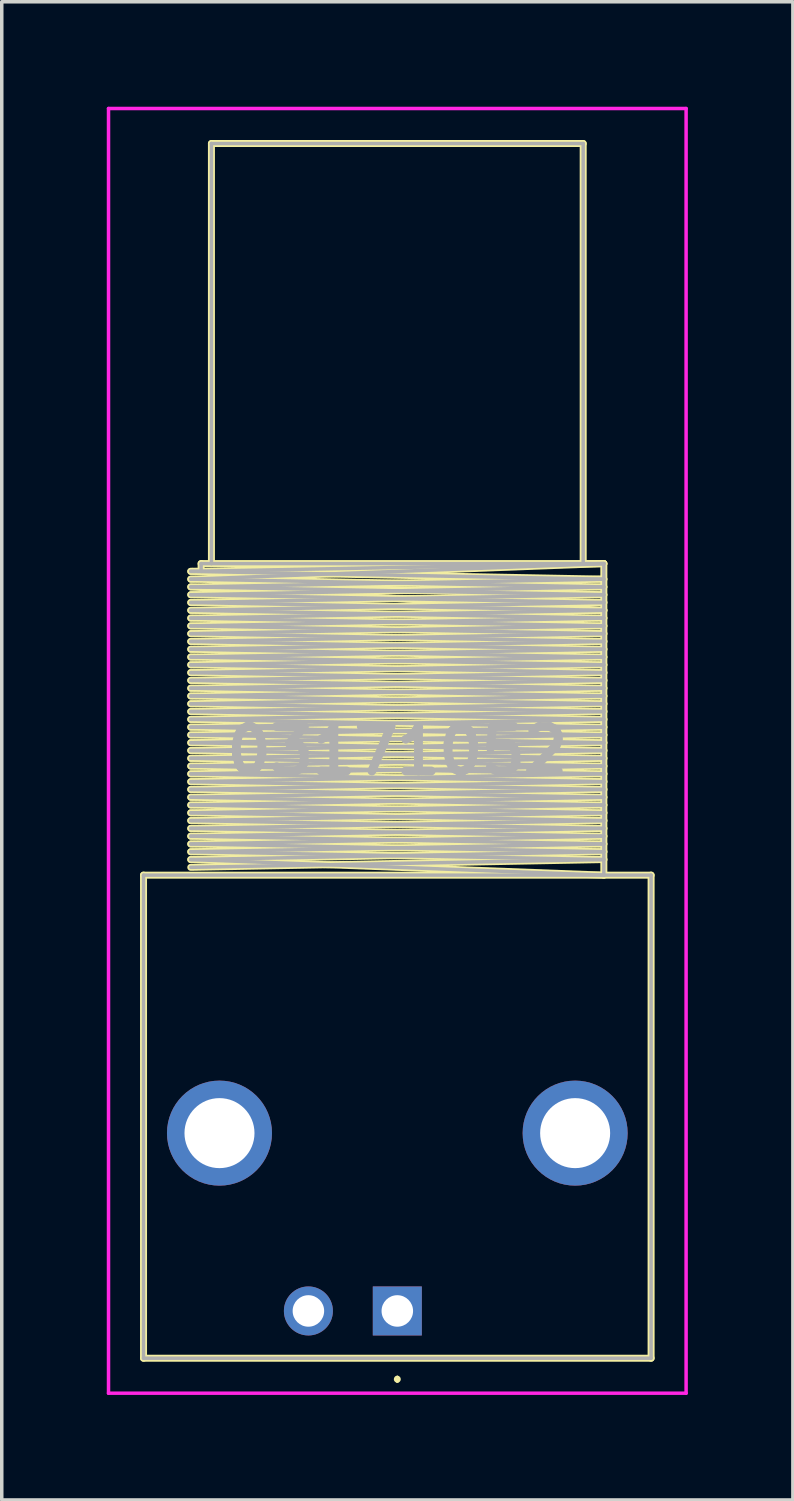
<source format=kicad_pcb>
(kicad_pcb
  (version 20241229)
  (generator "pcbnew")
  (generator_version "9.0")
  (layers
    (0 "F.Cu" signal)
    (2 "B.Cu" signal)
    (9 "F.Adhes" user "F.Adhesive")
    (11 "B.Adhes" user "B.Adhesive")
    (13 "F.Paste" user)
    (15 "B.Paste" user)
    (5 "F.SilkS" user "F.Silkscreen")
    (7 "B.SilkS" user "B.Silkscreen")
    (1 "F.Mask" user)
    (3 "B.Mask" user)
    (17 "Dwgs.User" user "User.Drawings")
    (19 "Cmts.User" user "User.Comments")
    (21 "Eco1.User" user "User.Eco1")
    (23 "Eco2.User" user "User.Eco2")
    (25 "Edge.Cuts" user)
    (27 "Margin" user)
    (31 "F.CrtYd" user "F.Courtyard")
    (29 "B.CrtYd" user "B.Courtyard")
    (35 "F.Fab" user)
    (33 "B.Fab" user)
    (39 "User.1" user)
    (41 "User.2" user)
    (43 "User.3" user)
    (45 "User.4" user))
  (footprint "03171052"
    (layer "F.Cu")
    (at 8.3 34.4)
    (property "Reference" "03171052" (at 0 -16 0) (layer "F.SilkS") (effects (font (size 1.27 1.27) (thickness 0.254))))
    (attr through_hole)
    (fp_line (start -7.25 -12.45) (end 7.25 -12.45) (stroke (width 0.2) (type solid)) (layer "F.SilkS"))
    (fp_line (start -7.25 1.35) (end -7.25 -12.45) (stroke (width 0.2) (type solid)) (layer "F.SilkS"))
    (fp_line (start -5.9 -21.128) (end 5.9 -20.905) (stroke (width 0.2) (type solid)) (layer "F.SilkS"))
    (fp_line (start -5.9 -20.905) (end 5.9 -21.35) (stroke (width 0.2) (type solid)) (layer "F.SilkS"))
    (fp_line (start -5.9 -20.683) (end 5.9 -20.015) (stroke (width 0.2) (type solid)) (layer "F.SilkS"))
    (fp_line (start -5.9 -20.46) (end 5.9 -20.683) (stroke (width 0.2) (type solid)) (layer "F.SilkS"))
    (fp_line (start -5.9 -20.238) (end 5.9 -20.46) (stroke (width 0.2) (type solid)) (layer "F.SilkS"))
    (fp_line (start -5.9 -20.015) (end 5.9 -20.238) (stroke (width 0.2) (type solid)) (layer "F.SilkS"))
    (fp_line (start -5.9 -19.793) (end 5.9 -20.015) (stroke (width 0.2) (type solid)) (layer "F.SilkS"))
    (fp_line (start -5.9 -19.57) (end 5.9 -19.793) (stroke (width 0.2) (type solid)) (layer "F.SilkS"))
    (fp_line (start -5.9 -19.348) (end 5.9 -19.57) (stroke (width 0.2) (type solid)) (layer "F.SilkS"))
    (fp_line (start -5.9 -19.125) (end 5.9 -19.348) (stroke (width 0.2) (type solid)) (layer "F.SilkS"))
    (fp_line (start -5.9 -18.903) (end 5.9 -19.125) (stroke (width 0.2) (type solid)) (layer "F.SilkS"))
    (fp_line (start -5.9 -18.68) (end 5.9 -18.903) (stroke (width 0.2) (type solid)) (layer "F.SilkS"))
    (fp_line (start -5.9 -18.458) (end 5.9 -18.68) (stroke (width 0.2) (type solid)) (layer "F.SilkS"))
    (fp_line (start -5.9 -18.235) (end 5.9 -18.458) (stroke (width 0.2) (type solid)) (layer "F.SilkS"))
    (fp_line (start -5.9 -18.013) (end 5.9 -18.235) (stroke (width 0.2) (type solid)) (layer "F.SilkS"))
    (fp_line (start -5.9 -17.79) (end 5.9 -18.013) (stroke (width 0.2) (type solid)) (layer "F.SilkS"))
    (fp_line (start -5.9 -17.568) (end 5.9 -17.79) (stroke (width 0.2) (type solid)) (layer "F.SilkS"))
    (fp_line (start -5.9 -17.345) (end 5.9 -17.568) (stroke (width 0.2) (type solid)) (layer "F.SilkS"))
    (fp_line (start -5.9 -17.123) (end 5.9 -17.345) (stroke (width 0.2) (type solid)) (layer "F.SilkS"))
    (fp_line (start -5.9 -16.9) (end 5.9 -17.123) (stroke (width 0.2) (type solid)) (layer "F.SilkS"))
    (fp_line (start -5.9 -16.678) (end 5.9 -16.9) (stroke (width 0.2) (type solid)) (layer "F.SilkS"))
    (fp_line (start -5.9 -16.455) (end 5.9 -16.678) (stroke (width 0.2) (type solid)) (layer "F.SilkS"))
    (fp_line (start -5.9 -16.233) (end 5.9 -16.455) (stroke (width 0.2) (type solid)) (layer "F.SilkS"))
    (fp_line (start -5.9 -16.01) (end 5.9 -16.233) (stroke (width 0.2) (type solid)) (layer "F.SilkS"))
    (fp_line (start -5.9 -15.788) (end 5.9 -16.01) (stroke (width 0.2) (type solid)) (layer "F.SilkS"))
    (fp_line (start -5.9 -15.565) (end 5.9 -15.788) (stroke (width 0.2) (type solid)) (layer "F.SilkS"))
    (fp_line (start -5.9 -15.343) (end 5.9 -15.565) (stroke (width 0.2) (type solid)) (layer "F.SilkS"))
    (fp_line (start -5.9 -15.12) (end 5.9 -15.343) (stroke (width 0.2) (type solid)) (layer "F.SilkS"))
    (fp_line (start -5.9 -14.898) (end 5.9 -15.12) (stroke (width 0.2) (type solid)) (layer "F.SilkS"))
    (fp_line (start -5.9 -14.675) (end 5.9 -14.898) (stroke (width 0.2) (type solid)) (layer "F.SilkS"))
    (fp_line (start -5.9 -14.453) (end 5.9 -14.675) (stroke (width 0.2) (type solid)) (layer "F.SilkS"))
    (fp_line (start -5.9 -14.23) (end 5.9 -14.453) (stroke (width 0.2) (type solid)) (layer "F.SilkS"))
    (fp_line (start -5.9 -14.008) (end 5.9 -14.23) (stroke (width 0.2) (type solid)) (layer "F.SilkS"))
    (fp_line (start -5.9 -13.785) (end 5.9 -14.008) (stroke (width 0.2) (type solid)) (layer "F.SilkS"))
    (fp_line (start -5.9 -13.563) (end 5.9 -13.785) (stroke (width 0.2) (type solid)) (layer "F.SilkS"))
    (fp_line (start -5.9 -13.34) (end 5.9 -13.563) (stroke (width 0.2) (type solid)) (layer "F.SilkS"))
    (fp_line (start -5.9 -13.118) (end 5.9 -13.34) (stroke (width 0.2) (type solid)) (layer "F.SilkS"))
    (fp_line (start -5.9 -12.895) (end 5.9 -13.118) (stroke (width 0.2) (type solid)) (layer "F.SilkS"))
    (fp_line (start -5.9 -12.673) (end 5.9 -12.895) (stroke (width 0.2) (type solid)) (layer "F.SilkS"))
    (fp_line (start -5.605 -21.35) (end -5.605 -21.128) (stroke (width 0.2) (type solid)) (layer "F.SilkS"))
    (fp_line (start -5.31 -33.35) (end 5.31 -33.35) (stroke (width 0.2) (type solid)) (layer "F.SilkS"))
    (fp_line (start -5.31 -21.35) (end -5.31 -33.35) (stroke (width 0.2) (type solid)) (layer "F.SilkS"))
    (fp_line (start 0 1.9) (end 0 1.9) (stroke (width 0.1) (type solid)) (layer "F.SilkS"))
    (fp_line (start 0 2) (end 0 2) (stroke (width 0.1) (type solid)) (layer "F.SilkS"))
    (fp_line (start 5.31 -33.35) (end 5.31 -21.35) (stroke (width 0.2) (type solid)) (layer "F.SilkS"))
    (fp_line (start 5.9 -21.35) (end -5.9 -21.128) (stroke (width 0.2) (type solid)) (layer "F.SilkS"))
    (fp_line (start 5.9 -21.35) (end -5.605 -21.35) (stroke (width 0.2) (type solid)) (layer "F.SilkS"))
    (fp_line (start 5.9 -20.905) (end -5.9 -20.683) (stroke (width 0.2) (type solid)) (layer "F.SilkS"))
    (fp_line (start 5.9 -20.683) (end -5.9 -20.905) (stroke (width 0.2) (type solid)) (layer "F.SilkS"))
    (fp_line (start 5.9 -20.46) (end -3.245 -20.683) (stroke (width 0.2) (type solid)) (layer "F.SilkS"))
    (fp_line (start 5.9 -20.238) (end -5.9 -20.46) (stroke (width 0.2) (type solid)) (layer "F.SilkS"))
    (fp_line (start 5.9 -20.015) (end -5.9 -20.238) (stroke (width 0.2) (type solid)) (layer "F.SilkS"))
    (fp_line (start 5.9 -19.793) (end -5.9 -20.015) (stroke (width 0.2) (type solid)) (layer "F.SilkS"))
    (fp_line (start 5.9 -19.57) (end -5.9 -19.793) (stroke (width 0.2) (type solid)) (layer "F.SilkS"))
    (fp_line (start 5.9 -19.348) (end -5.9 -19.57) (stroke (width 0.2) (type solid)) (layer "F.SilkS"))
    (fp_line (start 5.9 -19.125) (end -5.9 -19.348) (stroke (width 0.2) (type solid)) (layer "F.SilkS"))
    (fp_line (start 5.9 -18.903) (end -5.9 -19.125) (stroke (width 0.2) (type solid)) (layer "F.SilkS"))
    (fp_line (start 5.9 -18.68) (end -5.9 -18.903) (stroke (width 0.2) (type solid)) (layer "F.SilkS"))
    (fp_line (start 5.9 -18.458) (end -5.9 -18.68) (stroke (width 0.2) (type solid)) (layer "F.SilkS"))
    (fp_line (start 5.9 -18.235) (end -5.9 -18.458) (stroke (width 0.2) (type solid)) (layer "F.SilkS"))
    (fp_line (start 5.9 -18.013) (end -5.9 -18.235) (stroke (width 0.2) (type solid)) (layer "F.SilkS"))
    (fp_line (start 5.9 -17.79) (end -5.9 -18.013) (stroke (width 0.2) (type solid)) (layer "F.SilkS"))
    (fp_line (start 5.9 -17.568) (end -5.9 -17.79) (stroke (width 0.2) (type solid)) (layer "F.SilkS"))
    (fp_line (start 5.9 -17.345) (end -5.9 -17.568) (stroke (width 0.2) (type solid)) (layer "F.SilkS"))
    (fp_line (start 5.9 -17.123) (end -5.9 -17.345) (stroke (width 0.2) (type solid)) (layer "F.SilkS"))
    (fp_line (start 5.9 -16.9) (end -5.9 -17.123) (stroke (width 0.2) (type solid)) (layer "F.SilkS"))
    (fp_line (start 5.9 -16.678) (end -5.9 -16.9) (stroke (width 0.2) (type solid)) (layer "F.SilkS"))
    (fp_line (start 5.9 -16.455) (end -5.9 -16.678) (stroke (width 0.2) (type solid)) (layer "F.SilkS"))
    (fp_line (start 5.9 -16.233) (end -5.9 -16.455) (stroke (width 0.2) (type solid)) (layer "F.SilkS"))
    (fp_line (start 5.9 -16.01) (end -5.9 -16.233) (stroke (width 0.2) (type solid)) (layer "F.SilkS"))
    (fp_line (start 5.9 -15.788) (end -5.9 -16.01) (stroke (width 0.2) (type solid)) (layer "F.SilkS"))
    (fp_line (start 5.9 -15.565) (end -5.9 -15.788) (stroke (width 0.2) (type solid)) (layer "F.SilkS"))
    (fp_line (start 5.9 -15.343) (end -5.9 -15.565) (stroke (width 0.2) (type solid)) (layer "F.SilkS"))
    (fp_line (start 5.9 -15.12) (end -5.9 -15.343) (stroke (width 0.2) (type solid)) (layer "F.SilkS"))
    (fp_line (start 5.9 -14.898) (end -5.9 -15.12) (stroke (width 0.2) (type solid)) (layer "F.SilkS"))
    (fp_line (start 5.9 -14.675) (end -5.9 -14.898) (stroke (width 0.2) (type solid)) (layer "F.SilkS"))
    (fp_line (start 5.9 -14.453) (end -5.9 -14.675) (stroke (width 0.2) (type solid)) (layer "F.SilkS"))
    (fp_line (start 5.9 -14.23) (end -5.9 -14.453) (stroke (width 0.2) (type solid)) (layer "F.SilkS"))
    (fp_line (start 5.9 -14.008) (end -5.9 -14.23) (stroke (width 0.2) (type solid)) (layer "F.SilkS"))
    (fp_line (start 5.9 -13.785) (end -5.9 -14.008) (stroke (width 0.2) (type solid)) (layer "F.SilkS"))
    (fp_line (start 5.9 -13.563) (end -5.9 -13.785) (stroke (width 0.2) (type solid)) (layer "F.SilkS"))
    (fp_line (start 5.9 -13.34) (end -5.9 -13.563) (stroke (width 0.2) (type solid)) (layer "F.SilkS"))
    (fp_line (start 5.9 -13.118) (end -5.9 -13.34) (stroke (width 0.2) (type solid)) (layer "F.SilkS"))
    (fp_line (start 5.9 -12.895) (end -5.9 -13.118) (stroke (width 0.2) (type solid)) (layer "F.SilkS"))
    (fp_line (start 5.9 -12.45) (end -5.9 -12.895) (stroke (width 0.2) (type solid)) (layer "F.SilkS"))
    (fp_line (start 5.9 -12.45) (end 5.9 -21.35) (stroke (width 0.2) (type solid)) (layer "F.SilkS"))
    (fp_line (start 7.25 -12.45) (end 7.25 1.35) (stroke (width 0.2) (type solid)) (layer "F.SilkS"))
    (fp_line (start 7.25 1.35) (end -7.25 1.35) (stroke (width 0.2) (type solid)) (layer "F.SilkS"))
    (fp_arc (start 0 1.9) (mid 0.05 1.95) (end 0 2) (stroke (width 0.1) (type solid)) (layer "F.SilkS"))
    (fp_arc (start 0 2) (mid -0.05 1.95) (end 0 1.9) (stroke (width 0.1) (type solid)) (layer "F.SilkS"))
    (fp_line (start -8.25 -34.35) (end 8.25 -34.35) (stroke (width 0.1) (type solid)) (layer "F.CrtYd"))
    (fp_line (start -8.25 2.35) (end -8.25 -34.35) (stroke (width 0.1) (type solid)) (layer "F.CrtYd"))
    (fp_line (start 8.25 -34.35) (end 8.25 2.35) (stroke (width 0.1) (type solid)) (layer "F.CrtYd"))
    (fp_line (start 8.25 2.35) (end -8.25 2.35) (stroke (width 0.1) (type solid)) (layer "F.CrtYd"))
    (fp_line (start -7.25 -12.45) (end 7.25 -12.45) (stroke (width 0.1) (type solid)) (layer "F.Fab"))
    (fp_line (start -7.25 1.35) (end -7.25 -12.45) (stroke (width 0.1) (type solid)) (layer "F.Fab"))
    (fp_line (start -5.9 -21.128) (end 5.9 -21.35) (stroke (width 0.1) (type solid)) (layer "F.Fab"))
    (fp_line (start -5.9 -20.905) (end 5.9 -20.683) (stroke (width 0.1) (type solid)) (layer "F.Fab"))
    (fp_line (start -5.9 -20.683) (end 5.9 -20.905) (stroke (width 0.1) (type solid)) (layer "F.Fab"))
    (fp_line (start -5.9 -20.46) (end 5.9 -20.238) (stroke (width 0.1) (type solid)) (layer "F.Fab"))
    (fp_line (start -5.9 -20.238) (end 5.9 -20.46) (stroke (width 0.1) (type solid)) (layer "F.Fab"))
    (fp_line (start -5.9 -20.015) (end 5.9 -19.793) (stroke (width 0.1) (type solid)) (layer "F.Fab"))
    (fp_line (start -5.9 -19.793) (end 5.9 -20.015) (stroke (width 0.1) (type solid)) (layer "F.Fab"))
    (fp_line (start -5.9 -19.57) (end 5.9 -19.348) (stroke (width 0.1) (type solid)) (layer "F.Fab"))
    (fp_line (start -5.9 -19.348) (end 5.9 -19.57) (stroke (width 0.1) (type solid)) (layer "F.Fab"))
    (fp_line (start -5.9 -19.125) (end 5.9 -18.903) (stroke (width 0.1) (type solid)) (layer "F.Fab"))
    (fp_line (start -5.9 -18.903) (end 5.9 -19.125) (stroke (width 0.1) (type solid)) (layer "F.Fab"))
    (fp_line (start -5.9 -18.68) (end 5.9 -18.458) (stroke (width 0.1) (type solid)) (layer "F.Fab"))
    (fp_line (start -5.9 -18.458) (end 5.9 -18.68) (stroke (width 0.1) (type solid)) (layer "F.Fab"))
    (fp_line (start -5.9 -18.235) (end 5.9 -18.013) (stroke (width 0.1) (type solid)) (layer "F.Fab"))
    (fp_line (start -5.9 -18.013) (end 5.9 -18.235) (stroke (width 0.1) (type solid)) (layer "F.Fab"))
    (fp_line (start -5.9 -17.79) (end 5.9 -17.568) (stroke (width 0.1) (type solid)) (layer "F.Fab"))
    (fp_line (start -5.9 -17.568) (end 5.9 -17.79) (stroke (width 0.1) (type solid)) (layer "F.Fab"))
    (fp_line (start -5.9 -17.345) (end 5.9 -17.123) (stroke (width 0.1) (type solid)) (layer "F.Fab"))
    (fp_line (start -5.9 -17.123) (end 5.9 -17.345) (stroke (width 0.1) (type solid)) (layer "F.Fab"))
    (fp_line (start -5.9 -16.9) (end 5.9 -16.678) (stroke (width 0.1) (type solid)) (layer "F.Fab"))
    (fp_line (start -5.9 -16.678) (end 5.9 -16.9) (stroke (width 0.1) (type solid)) (layer "F.Fab"))
    (fp_line (start -5.9 -16.455) (end 5.9 -16.233) (stroke (width 0.1) (type solid)) (layer "F.Fab"))
    (fp_line (start -5.9 -16.233) (end 5.9 -16.455) (stroke (width 0.1) (type solid)) (layer "F.Fab"))
    (fp_line (start -5.9 -16.01) (end 5.9 -15.788) (stroke (width 0.1) (type solid)) (layer "F.Fab"))
    (fp_line (start -5.9 -15.788) (end 5.9 -16.01) (stroke (width 0.1) (type solid)) (layer "F.Fab"))
    (fp_line (start -5.9 -15.565) (end 5.9 -15.343) (stroke (width 0.1) (type solid)) (layer "F.Fab"))
    (fp_line (start -5.9 -15.343) (end 5.9 -15.565) (stroke (width 0.1) (type solid)) (layer "F.Fab"))
    (fp_line (start -5.9 -15.12) (end 5.9 -14.898) (stroke (width 0.1) (type solid)) (layer "F.Fab"))
    (fp_line (start -5.9 -14.898) (end 5.9 -15.12) (stroke (width 0.1) (type solid)) (layer "F.Fab"))
    (fp_line (start -5.9 -14.675) (end 5.9 -14.453) (stroke (width 0.1) (type solid)) (layer "F.Fab"))
    (fp_line (start -5.9 -14.453) (end 5.9 -14.675) (stroke (width 0.1) (type solid)) (layer "F.Fab"))
    (fp_line (start -5.9 -14.23) (end 5.9 -14.008) (stroke (width 0.1) (type solid)) (layer "F.Fab"))
    (fp_line (start -5.9 -14.008) (end 5.9 -14.23) (stroke (width 0.1) (type solid)) (layer "F.Fab"))
    (fp_line (start -5.9 -13.785) (end 5.9 -13.563) (stroke (width 0.1) (type solid)) (layer "F.Fab"))
    (fp_line (start -5.9 -13.563) (end 5.9 -13.785) (stroke (width 0.1) (type solid)) (layer "F.Fab"))
    (fp_line (start -5.9 -13.34) (end 5.9 -13.118) (stroke (width 0.1) (type solid)) (layer "F.Fab"))
    (fp_line (start -5.9 -13.118) (end 5.9 -13.34) (stroke (width 0.1) (type solid)) (layer "F.Fab"))
    (fp_line (start -5.9 -12.895) (end 5.9 -12.45) (stroke (width 0.1) (type solid)) (layer "F.Fab"))
    (fp_line (start -5.9 -12.673) (end 5.9 -12.895) (stroke (width 0.1) (type solid)) (layer "F.Fab"))
    (fp_line (start -5.605 -21.35) (end -5.605 -21.128) (stroke (width 0.1) (type solid)) (layer "F.Fab"))
    (fp_line (start -5.31 -33.35) (end 5.31 -33.35) (stroke (width 0.1) (type solid)) (layer "F.Fab"))
    (fp_line (start -5.31 -21.35) (end -5.31 -33.35) (stroke (width 0.1) (type solid)) (layer "F.Fab"))
    (fp_line (start 5.31 -33.35) (end 5.31 -21.35) (stroke (width 0.1) (type solid)) (layer "F.Fab"))
    (fp_line (start 5.9 -21.35) (end -5.9 -20.905) (stroke (width 0.1) (type solid)) (layer "F.Fab"))
    (fp_line (start 5.9 -21.35) (end -5.605 -21.35) (stroke (width 0.1) (type solid)) (layer "F.Fab"))
    (fp_line (start 5.9 -20.905) (end -5.9 -21.128) (stroke (width 0.1) (type solid)) (layer "F.Fab"))
    (fp_line (start 5.9 -20.683) (end -5.9 -20.46) (stroke (width 0.1) (type solid)) (layer "F.Fab"))
    (fp_line (start 5.9 -20.46) (end -5.9 -20.683) (stroke (width 0.1) (type solid)) (layer "F.Fab"))
    (fp_line (start 5.9 -20.238) (end -5.9 -20.015) (stroke (width 0.1) (type solid)) (layer "F.Fab"))
    (fp_line (start 5.9 -20.015) (end -5.9 -20.238) (stroke (width 0.1) (type solid)) (layer "F.Fab"))
    (fp_line (start 5.9 -19.793) (end -5.9 -19.57) (stroke (width 0.1) (type solid)) (layer "F.Fab"))
    (fp_line (start 5.9 -19.57) (end -5.9 -19.793) (stroke (width 0.1) (type solid)) (layer "F.Fab"))
    (fp_line (start 5.9 -19.348) (end -5.9 -19.125) (stroke (width 0.1) (type solid)) (layer "F.Fab"))
    (fp_line (start 5.9 -19.125) (end -5.9 -19.348) (stroke (width 0.1) (type solid)) (layer "F.Fab"))
    (fp_line (start 5.9 -18.903) (end -5.9 -18.68) (stroke (width 0.1) (type solid)) (layer "F.Fab"))
    (fp_line (start 5.9 -18.68) (end -5.9 -18.903) (stroke (width 0.1) (type solid)) (layer "F.Fab"))
    (fp_line (start 5.9 -18.458) (end -5.9 -18.235) (stroke (width 0.1) (type solid)) (layer "F.Fab"))
    (fp_line (start 5.9 -18.235) (end -5.9 -18.458) (stroke (width 0.1) (type solid)) (layer "F.Fab"))
    (fp_line (start 5.9 -18.013) (end -5.9 -17.79) (stroke (width 0.1) (type solid)) (layer "F.Fab"))
    (fp_line (start 5.9 -17.79) (end -5.9 -18.013) (stroke (width 0.1) (type solid)) (layer "F.Fab"))
    (fp_line (start 5.9 -17.568) (end -5.9 -17.345) (stroke (width 0.1) (type solid)) (layer "F.Fab"))
    (fp_line (start 5.9 -17.345) (end -5.9 -17.568) (stroke (width 0.1) (type solid)) (layer "F.Fab"))
    (fp_line (start 5.9 -17.123) (end -5.9 -16.9) (stroke (width 0.1) (type solid)) (layer "F.Fab"))
    (fp_line (start 5.9 -16.9) (end -5.9 -17.123) (stroke (width 0.1) (type solid)) (layer "F.Fab"))
    (fp_line (start 5.9 -16.678) (end -5.9 -16.455) (stroke (width 0.1) (type solid)) (layer "F.Fab"))
    (fp_line (start 5.9 -16.455) (end -5.9 -16.678) (stroke (width 0.1) (type solid)) (layer "F.Fab"))
    (fp_line (start 5.9 -16.233) (end -5.9 -16.01) (stroke (width 0.1) (type solid)) (layer "F.Fab"))
    (fp_line (start 5.9 -16.01) (end -5.9 -16.233) (stroke (width 0.1) (type solid)) (layer "F.Fab"))
    (fp_line (start 5.9 -15.788) (end -5.9 -15.565) (stroke (width 0.1) (type solid)) (layer "F.Fab"))
    (fp_line (start 5.9 -15.565) (end -5.9 -15.788) (stroke (width 0.1) (type solid)) (layer "F.Fab"))
    (fp_line (start 5.9 -15.343) (end -5.9 -15.12) (stroke (width 0.1) (type solid)) (layer "F.Fab"))
    (fp_line (start 5.9 -15.12) (end -5.9 -15.343) (stroke (width 0.1) (type solid)) (layer "F.Fab"))
    (fp_line (start 5.9 -14.898) (end -5.9 -14.675) (stroke (width 0.1) (type solid)) (layer "F.Fab"))
    (fp_line (start 5.9 -14.675) (end -5.9 -14.898) (stroke (width 0.1) (type solid)) (layer "F.Fab"))
    (fp_line (start 5.9 -14.453) (end -5.9 -14.23) (stroke (width 0.1) (type solid)) (layer "F.Fab"))
    (fp_line (start 5.9 -14.23) (end -5.9 -14.453) (stroke (width 0.1) (type solid)) (layer "F.Fab"))
    (fp_line (start 5.9 -14.008) (end -5.9 -13.785) (stroke (width 0.1) (type solid)) (layer "F.Fab"))
    (fp_line (start 5.9 -13.785) (end -5.9 -14.008) (stroke (width 0.1) (type solid)) (layer "F.Fab"))
    (fp_line (start 5.9 -13.563) (end -5.9 -13.34) (stroke (width 0.1) (type solid)) (layer "F.Fab"))
    (fp_line (start 5.9 -13.34) (end -5.9 -13.563) (stroke (width 0.1) (type solid)) (layer "F.Fab"))
    (fp_line (start 5.9 -13.118) (end -5.9 -12.895) (stroke (width 0.1) (type solid)) (layer "F.Fab"))
    (fp_line (start 5.9 -12.895) (end -5.9 -13.118) (stroke (width 0.1) (type solid)) (layer "F.Fab"))
    (fp_line (start 5.9 -12.45) (end 5.9 -21.35) (stroke (width 0.1) (type solid)) (layer "F.Fab"))
    (fp_line (start 7.25 -12.45) (end 7.25 1.35) (stroke (width 0.1) (type solid)) (layer "F.Fab"))
    (fp_line (start 7.25 1.35) (end -7.25 1.35) (stroke (width 0.1) (type solid)) (layer "F.Fab"))
    (fp_text user "${REFERENCE}" (at 0 -16 0) (layer "F.Fab") (effects (font (size 1.27 1.27) (thickness 0.254))))
    (pad "1" thru_hole rect (at 0 0) (size 1.4 1.4) (drill 0.9) (layers "*.Cu" "*.Mask"))
    (pad "2" thru_hole circle (at -2.54 0) (size 1.4 1.4) (drill 0.9) (layers "*.Cu" "*.Mask"))
    (pad "MH1" thru_hole circle (at 5.08 -5.08) (size 3 3) (drill 2) (layers "*.Cu" "*.Mask"))
    (pad "MH2" thru_hole circle (at -5.08 -5.08) (size 3 3) (drill 2) (layers "*.Cu" "*.Mask")))
  (gr_rect
    (start -3 -3)
    (end 19.6 39.8)
    (stroke (width 0.1) (type default))
    (fill no)
    (layer "Edge.Cuts")))
</source>
